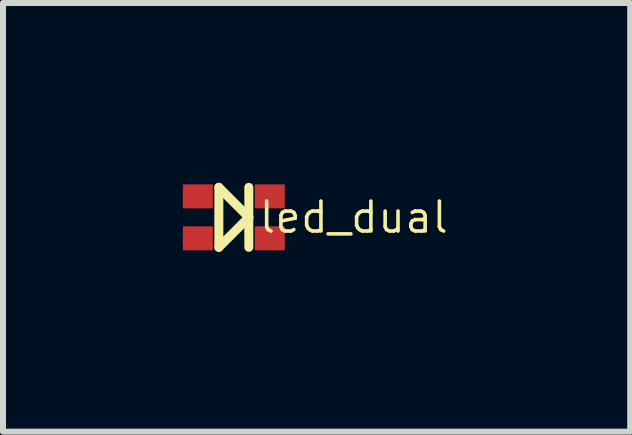
<source format=kicad_pcb>
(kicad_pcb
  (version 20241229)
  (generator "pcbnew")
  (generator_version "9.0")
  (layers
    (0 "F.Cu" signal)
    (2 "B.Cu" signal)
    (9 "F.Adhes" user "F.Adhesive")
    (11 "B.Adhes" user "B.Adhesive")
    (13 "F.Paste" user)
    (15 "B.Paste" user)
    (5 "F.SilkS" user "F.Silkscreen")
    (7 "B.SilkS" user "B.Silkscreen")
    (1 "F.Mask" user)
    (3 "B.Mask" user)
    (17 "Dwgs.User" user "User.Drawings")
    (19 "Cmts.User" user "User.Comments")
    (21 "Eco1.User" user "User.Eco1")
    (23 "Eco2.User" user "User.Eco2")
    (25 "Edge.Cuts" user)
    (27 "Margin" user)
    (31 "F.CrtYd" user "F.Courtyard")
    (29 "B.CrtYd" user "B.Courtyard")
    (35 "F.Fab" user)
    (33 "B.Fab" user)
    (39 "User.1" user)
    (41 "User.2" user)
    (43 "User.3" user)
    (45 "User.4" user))
  (footprint "led_dual"
    (layer "F.Cu")
    (at 0.85 0.575)
    (property "Reference" "led_dual" (at 2 0 0) (layer "F.SilkS") (effects (font (size 0.5 0.5) (thickness 0.06))))
    (attr through_hole)
    (fp_line (start -0.25 -0.5) (end -0.25 0.5) (stroke (width 0.15) (type solid)) (layer "F.SilkS"))
    (fp_line (start -0.25 0.5) (end 0.25 0) (stroke (width 0.15) (type solid)) (layer "F.SilkS"))
    (fp_line (start 0.25 -0.5) (end 0.25 0.5) (stroke (width 0.15) (type solid)) (layer "F.SilkS"))
    (fp_line (start 0.25 0) (end -0.25 -0.5) (stroke (width 0.15) (type solid)) (layer "F.SilkS"))
    (pad "1" smd rect (at 0.6 0.35) (size 0.5 0.4) (layers "F.Cu" "F.Mask" "F.Paste"))
    (pad "2" smd rect (at -0.6 0.35) (size 0.5 0.4) (layers "F.Cu" "F.Mask" "F.Paste"))
    (pad "3" smd rect (at 0.6 -0.35) (size 0.5 0.4) (layers "F.Cu" "F.Mask" "F.Paste"))
    (pad "4" smd rect (at -0.6 -0.35) (size 0.5 0.4) (layers "F.Cu" "F.Mask" "F.Paste")))
  (gr_rect
    (start -3 -3)
    (end 7.461 4.15)
    (stroke (width 0.1) (type default))
    (fill no)
    (layer "Edge.Cuts")))
</source>
